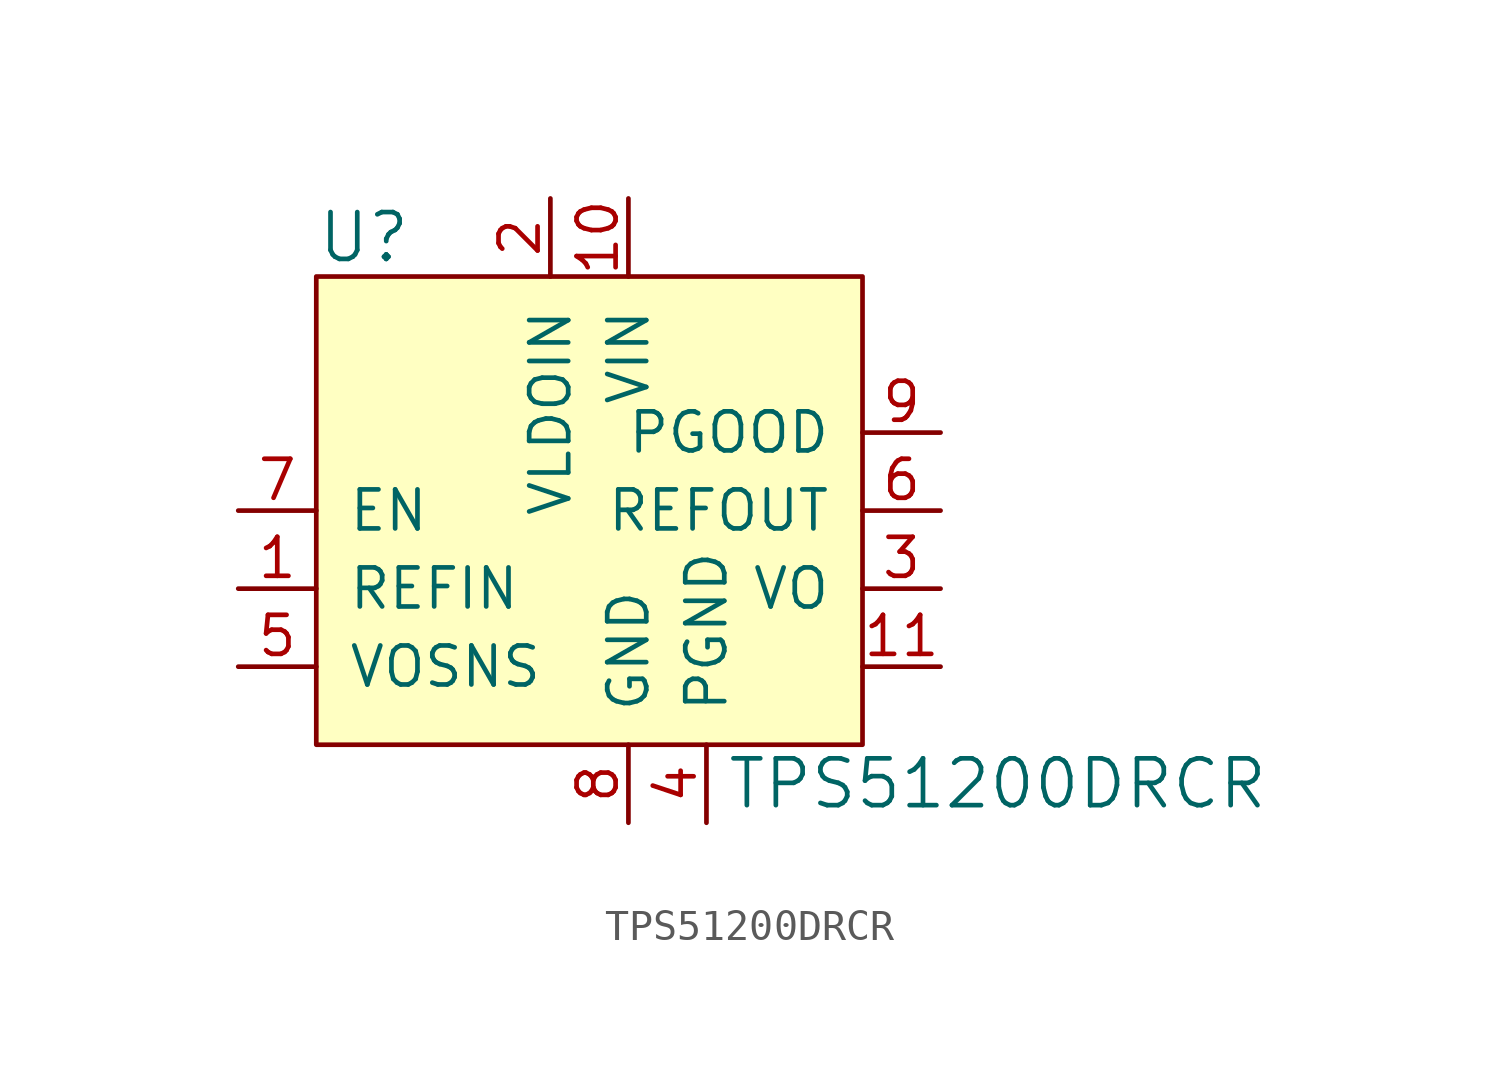
<source format=kicad_sym>
(kicad_symbol_lib
  (version 20201005)
  (generator kicad_symbol_editor)
  (symbol "TPS51200DRCR"
    (pin_names
      (offset 1.016))
    (property "Reference" "U"
      (at -10.16 8.89 0)
      (effects (font (size 1.524 1.524)) (justify left)))
    (property "Value" "TPS51200DRCR"
      (at 3.175 -8.89 0)
      (effects (font (size 1.524 1.524)) (justify left)))
    (symbol "TPS51200DRCR_0_1"
      (rectangle (start -10.16 7.62) (end 7.62 -7.62) (stroke (width 0)) (fill (type background))))
    (symbol "TPS51200DRCR_1_1"
      (pin input line (at -12.7 -2.54 0) (length 2.54) (name "REFIN" (effects (font (size 1.27 1.27)))) (number "1" (effects (font (size 1.27 1.27)))))
      (pin power_in line (at -2.54 10.16 270) (length 2.54) (name "VLDOIN" (effects (font (size 1.27 1.27)))) (number "2" (effects (font (size 1.27 1.27)))))
      (pin output line (at 10.16 -2.54 180) (length 2.54) (name "VO" (effects (font (size 1.27 1.27)))) (number "3" (effects (font (size 1.27 1.27)))))
      (pin power_in line (at 2.54 -10.16 90) (length 2.54) (name "PGND" (effects (font (size 1.27 1.27)))) (number "4" (effects (font (size 1.27 1.27)))))
      (pin input line (at -12.7 -5.08 0) (length 2.54) (name "VOSNS" (effects (font (size 1.27 1.27)))) (number "5" (effects (font (size 1.27 1.27)))))
      (pin output line (at 10.16 0 180) (length 2.54) (name "REFOUT" (effects (font (size 1.27 1.27)))) (number "6" (effects (font (size 1.27 1.27)))))
      (pin input line (at -12.7 0 0) (length 2.54) (name "EN" (effects (font (size 1.27 1.27)))) (number "7" (effects (font (size 1.27 1.27)))))
      (pin power_in line (at 0 -10.16 90) (length 2.54) (name "GND" (effects (font (size 1.27 1.27)))) (number "8" (effects (font (size 1.27 1.27)))))
      (pin output line (at 10.16 2.54 180) (length 2.54) (name "PGOOD" (effects (font (size 1.27 1.27)))) (number "9" (effects (font (size 1.27 1.27)))))
      (pin power_in line (at 0 10.16 270) (length 2.54) (name "VIN" (effects (font (size 1.27 1.27)))) (number "10" (effects (font (size 1.27 1.27)))))
      (pin unspecified line (at 10.16 -5.08 180) (length 2.54) (name "~" (effects (font (size 1.27 1.27)))) (number "11" (effects (font (size 1.27 1.27))))))))
</source>
